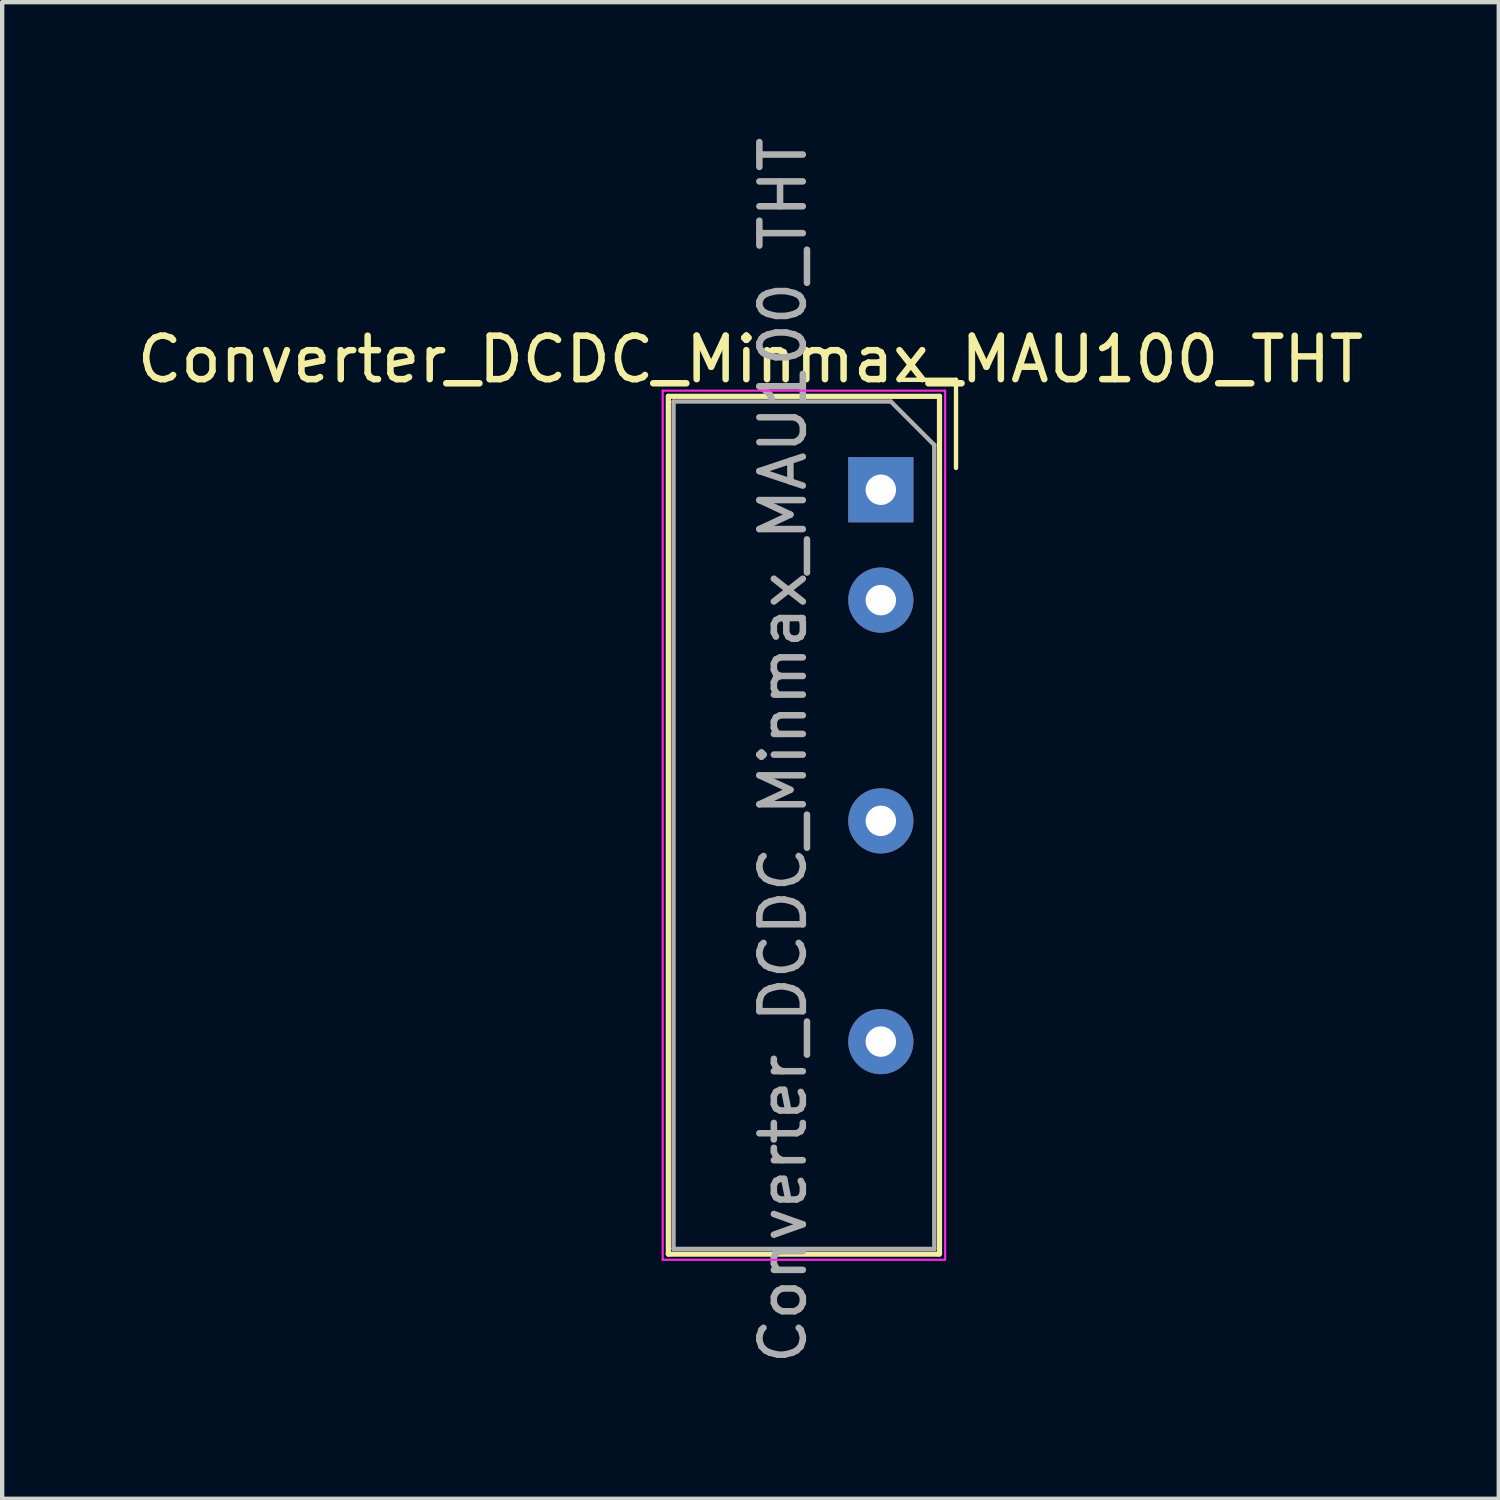
<source format=kicad_pcb>
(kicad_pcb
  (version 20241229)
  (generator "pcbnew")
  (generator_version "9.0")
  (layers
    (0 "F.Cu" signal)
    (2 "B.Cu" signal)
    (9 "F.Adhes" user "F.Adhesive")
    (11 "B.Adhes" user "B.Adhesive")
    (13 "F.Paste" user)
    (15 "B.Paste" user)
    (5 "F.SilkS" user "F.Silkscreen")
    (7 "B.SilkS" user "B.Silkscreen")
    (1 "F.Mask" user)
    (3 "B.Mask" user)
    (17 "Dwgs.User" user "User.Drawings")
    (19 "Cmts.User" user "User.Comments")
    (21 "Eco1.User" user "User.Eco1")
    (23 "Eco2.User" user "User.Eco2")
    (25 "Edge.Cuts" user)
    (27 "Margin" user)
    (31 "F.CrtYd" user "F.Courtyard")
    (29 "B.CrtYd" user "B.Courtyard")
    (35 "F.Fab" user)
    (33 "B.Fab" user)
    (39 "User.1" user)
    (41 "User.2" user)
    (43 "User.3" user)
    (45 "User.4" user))
  (footprint "Converter_DCDC_Minmax_MAU100_THT"
    (layer "F.Cu")
    (at 17.22 8.22)
    (property "Reference" "Converter_DCDC_Minmax_MAU100_THT" (at -3 -3 0) (layer "F.SilkS") (effects (font (size 1 1) (thickness 0.15))))
    (attr through_hole)
    (fp_line (start -4.89 -2.15) (end -4.89 17.59) (stroke (width 0.12) (type solid)) (layer "F.SilkS"))
    (fp_line (start -4.89 17.59) (end 1.33 17.59) (stroke (width 0.12) (type solid)) (layer "F.SilkS"))
    (fp_line (start 1.35 -2.15) (end -4.89 -2.15) (stroke (width 0.12) (type solid)) (layer "F.SilkS"))
    (fp_line (start 1.35 17.59) (end 1.35 -2.15) (stroke (width 0.12) (type solid)) (layer "F.SilkS"))
    (fp_line (start 1.73 -2.53) (end 0.5 -2.53) (stroke (width 0.1) (type solid)) (layer "F.SilkS"))
    (fp_line (start 1.73 -2.53) (end 1.73 -0.5) (stroke (width 0.1) (type solid)) (layer "F.SilkS"))
    (fp_line (start -5.02 -2.28) (end -5.02 17.72) (stroke (width 0.05) (type solid)) (layer "F.CrtYd"))
    (fp_line (start -5.02 17.72) (end 1.48 17.72) (stroke (width 0.05) (type solid)) (layer "F.CrtYd"))
    (fp_line (start 1.48 -2.28) (end -5.02 -2.28) (stroke (width 0.05) (type solid)) (layer "F.CrtYd"))
    (fp_line (start 1.48 17.72) (end 1.48 -2.28) (stroke (width 0.05) (type solid)) (layer "F.CrtYd"))
    (fp_line (start -4.77 -2.03) (end -4.77 17.47) (stroke (width 0.1) (type solid)) (layer "F.Fab"))
    (fp_line (start -4.77 17.47) (end 1.23 17.47) (stroke (width 0.1) (type solid)) (layer "F.Fab"))
    (fp_line (start 0.23 -2.03) (end -4.77 -2.03) (stroke (width 0.1) (type solid)) (layer "F.Fab"))
    (fp_line (start 0.23 -2.03) (end 1.23 -1.03) (stroke (width 0.1) (type solid)) (layer "F.Fab"))
    (fp_line (start 1.23 17.47) (end 1.23 -1.03) (stroke (width 0.1) (type solid)) (layer "F.Fab"))
    (fp_text user "${REFERENCE}" (at -2.25 6 90) (layer "F.Fab") (effects (font (size 1 1) (thickness 0.15))))
    (pad "1" thru_hole rect (at 0 0) (size 1.5 1.5) (drill 0.7) (layers "*.Cu" "*.Mask"))
    (pad "2" thru_hole oval (at 0 2.54) (size 1.5 1.5) (drill 0.7) (layers "*.Cu" "*.Mask"))
    (pad "4" thru_hole oval (at 0 7.62) (size 1.5 1.5) (drill 0.7) (layers "*.Cu" "*.Mask"))
    (pad "6" thru_hole oval (at 0 12.7) (size 1.5 1.5) (drill 0.7) (layers "*.Cu" "*.Mask")))
  (gr_rect
    (start -3 -3)
    (end 31.44 31.44)
    (stroke (width 0.1) (type default))
    (fill no)
    (layer "Edge.Cuts")))
</source>
